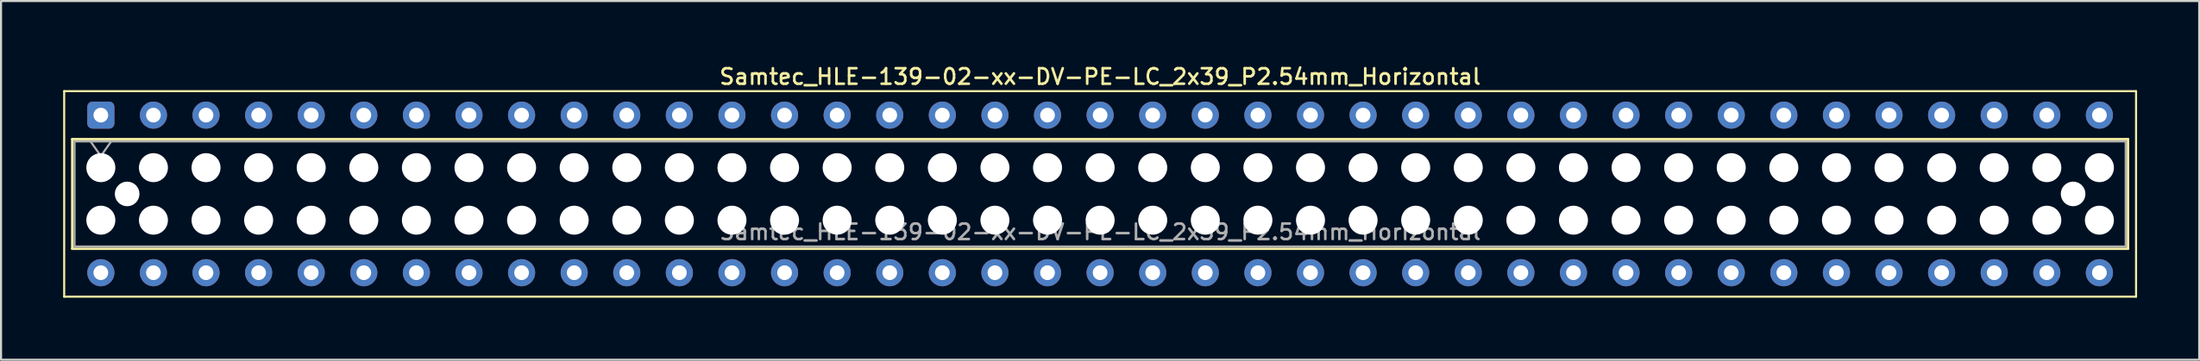
<source format=kicad_pcb>
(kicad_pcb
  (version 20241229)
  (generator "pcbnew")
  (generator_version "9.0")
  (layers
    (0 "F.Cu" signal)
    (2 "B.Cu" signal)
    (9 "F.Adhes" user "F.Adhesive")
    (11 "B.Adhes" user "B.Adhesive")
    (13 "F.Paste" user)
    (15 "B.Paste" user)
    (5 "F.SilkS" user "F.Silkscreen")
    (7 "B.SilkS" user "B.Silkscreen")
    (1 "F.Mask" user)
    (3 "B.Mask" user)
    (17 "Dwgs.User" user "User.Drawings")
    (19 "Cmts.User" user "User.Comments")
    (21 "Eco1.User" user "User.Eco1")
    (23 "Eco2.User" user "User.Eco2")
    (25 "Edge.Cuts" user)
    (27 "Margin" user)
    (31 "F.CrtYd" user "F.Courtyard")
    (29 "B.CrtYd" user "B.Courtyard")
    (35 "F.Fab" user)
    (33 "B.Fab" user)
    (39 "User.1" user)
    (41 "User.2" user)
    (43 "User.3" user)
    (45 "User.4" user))
  (footprint "Samtec_HLE-139-02-xx-DV-PE-LC_2x39_P2.54mm_Horizontal"
    (layer "F.Cu")
    (at 1.82 2.518)
    (property "Reference" "Samtec_HLE-139-02-xx-DV-PE-LC_2x39_P2.54mm_Horizontal" (at 48.26 -1.86 0) (layer "F.SilkS") (effects (font (size 0.75 0.75) (thickness 0.125))))
    (attr through_hole)
    (fp_line (start -1.77 -1.16) (end 98.29 -1.16) (stroke (width 0.1) (type solid)) (layer "F.SilkS"))
    (fp_line (start -1.77 8.78) (end -1.77 -1.16) (stroke (width 0.1) (type solid)) (layer "F.SilkS"))
    (fp_line (start -1.38 1.16) (end 97.9 1.16) (stroke (width 0.12) (type solid)) (layer "F.SilkS"))
    (fp_line (start -1.38 6.46) (end -1.38 1.16) (stroke (width 0.12) (type solid)) (layer "F.SilkS"))
    (fp_line (start 97.9 1.16) (end 97.9 6.46) (stroke (width 0.12) (type solid)) (layer "F.SilkS"))
    (fp_line (start 97.9 6.46) (end -1.38 6.46) (stroke (width 0.12) (type solid)) (layer "F.SilkS"))
    (fp_line (start 98.29 -1.16) (end 98.29 8.78) (stroke (width 0.1) (type solid)) (layer "F.SilkS"))
    (fp_line (start 98.29 8.78) (end -1.77 8.78) (stroke (width 0.1) (type solid)) (layer "F.SilkS"))
    (fp_line (start -1.27 1.27) (end 97.79 1.27) (stroke (width 0.1) (type solid)) (layer "F.Fab"))
    (fp_line (start -1.27 6.35) (end -1.27 1.27) (stroke (width 0.1) (type solid)) (layer "F.Fab"))
    (fp_line (start -0.5 1.27) (end 0 1.977) (stroke (width 0.1) (type solid)) (layer "F.Fab"))
    (fp_line (start 0 1.977) (end 0.5 1.27) (stroke (width 0.1) (type solid)) (layer "F.Fab"))
    (fp_line (start 97.79 1.27) (end 97.79 6.35) (stroke (width 0.1) (type solid)) (layer "F.Fab"))
    (fp_line (start 97.79 6.35) (end -1.27 6.35) (stroke (width 0.1) (type solid)) (layer "F.Fab"))
    (fp_text user "${REFERENCE}" (at 48.26 5.65 0) (layer "F.Fab") (effects (font (size 0.75 0.75) (thickness 0.125))))
    (pad "" np_thru_hole circle (at 0 2.54) (size 1.4 1.4) (drill 1.4) (layers "*.Cu" "*.Mask"))
    (pad "" np_thru_hole circle (at 0 5.08) (size 1.4 1.4) (drill 1.4) (layers "*.Cu" "*.Mask"))
    (pad "" np_thru_hole circle (at 1.27 3.81) (size 1.19 1.19) (drill 1.19) (layers "*.Cu" "*.Mask"))
    (pad "" np_thru_hole circle (at 2.54 2.54) (size 1.4 1.4) (drill 1.4) (layers "*.Cu" "*.Mask"))
    (pad "" np_thru_hole circle (at 2.54 5.08) (size 1.4 1.4) (drill 1.4) (layers "*.Cu" "*.Mask"))
    (pad "" np_thru_hole circle (at 5.08 2.54) (size 1.4 1.4) (drill 1.4) (layers "*.Cu" "*.Mask"))
    (pad "" np_thru_hole circle (at 5.08 5.08) (size 1.4 1.4) (drill 1.4) (layers "*.Cu" "*.Mask"))
    (pad "" np_thru_hole circle (at 7.62 2.54) (size 1.4 1.4) (drill 1.4) (layers "*.Cu" "*.Mask"))
    (pad "" np_thru_hole circle (at 7.62 5.08) (size 1.4 1.4) (drill 1.4) (layers "*.Cu" "*.Mask"))
    (pad "" np_thru_hole circle (at 10.16 2.54) (size 1.4 1.4) (drill 1.4) (layers "*.Cu" "*.Mask"))
    (pad "" np_thru_hole circle (at 10.16 5.08) (size 1.4 1.4) (drill 1.4) (layers "*.Cu" "*.Mask"))
    (pad "" np_thru_hole circle (at 12.7 2.54) (size 1.4 1.4) (drill 1.4) (layers "*.Cu" "*.Mask"))
    (pad "" np_thru_hole circle (at 12.7 5.08) (size 1.4 1.4) (drill 1.4) (layers "*.Cu" "*.Mask"))
    (pad "" np_thru_hole circle (at 15.24 2.54) (size 1.4 1.4) (drill 1.4) (layers "*.Cu" "*.Mask"))
    (pad "" np_thru_hole circle (at 15.24 5.08) (size 1.4 1.4) (drill 1.4) (layers "*.Cu" "*.Mask"))
    (pad "" np_thru_hole circle (at 17.78 2.54) (size 1.4 1.4) (drill 1.4) (layers "*.Cu" "*.Mask"))
    (pad "" np_thru_hole circle (at 17.78 5.08) (size 1.4 1.4) (drill 1.4) (layers "*.Cu" "*.Mask"))
    (pad "" np_thru_hole circle (at 20.32 2.54) (size 1.4 1.4) (drill 1.4) (layers "*.Cu" "*.Mask"))
    (pad "" np_thru_hole circle (at 20.32 5.08) (size 1.4 1.4) (drill 1.4) (layers "*.Cu" "*.Mask"))
    (pad "" np_thru_hole circle (at 22.86 2.54) (size 1.4 1.4) (drill 1.4) (layers "*.Cu" "*.Mask"))
    (pad "" np_thru_hole circle (at 22.86 5.08) (size 1.4 1.4) (drill 1.4) (layers "*.Cu" "*.Mask"))
    (pad "" np_thru_hole circle (at 25.4 2.54) (size 1.4 1.4) (drill 1.4) (layers "*.Cu" "*.Mask"))
    (pad "" np_thru_hole circle (at 25.4 5.08) (size 1.4 1.4) (drill 1.4) (layers "*.Cu" "*.Mask"))
    (pad "" np_thru_hole circle (at 27.94 2.54) (size 1.4 1.4) (drill 1.4) (layers "*.Cu" "*.Mask"))
    (pad "" np_thru_hole circle (at 27.94 5.08) (size 1.4 1.4) (drill 1.4) (layers "*.Cu" "*.Mask"))
    (pad "" np_thru_hole circle (at 30.48 2.54) (size 1.4 1.4) (drill 1.4) (layers "*.Cu" "*.Mask"))
    (pad "" np_thru_hole circle (at 30.48 5.08) (size 1.4 1.4) (drill 1.4) (layers "*.Cu" "*.Mask"))
    (pad "" np_thru_hole circle (at 33.02 2.54) (size 1.4 1.4) (drill 1.4) (layers "*.Cu" "*.Mask"))
    (pad "" np_thru_hole circle (at 33.02 5.08) (size 1.4 1.4) (drill 1.4) (layers "*.Cu" "*.Mask"))
    (pad "" np_thru_hole circle (at 35.56 2.54) (size 1.4 1.4) (drill 1.4) (layers "*.Cu" "*.Mask"))
    (pad "" np_thru_hole circle (at 35.56 5.08) (size 1.4 1.4) (drill 1.4) (layers "*.Cu" "*.Mask"))
    (pad "" np_thru_hole circle (at 38.1 2.54) (size 1.4 1.4) (drill 1.4) (layers "*.Cu" "*.Mask"))
    (pad "" np_thru_hole circle (at 38.1 5.08) (size 1.4 1.4) (drill 1.4) (layers "*.Cu" "*.Mask"))
    (pad "" np_thru_hole circle (at 40.64 2.54) (size 1.4 1.4) (drill 1.4) (layers "*.Cu" "*.Mask"))
    (pad "" np_thru_hole circle (at 40.64 5.08) (size 1.4 1.4) (drill 1.4) (layers "*.Cu" "*.Mask"))
    (pad "" np_thru_hole circle (at 43.18 2.54) (size 1.4 1.4) (drill 1.4) (layers "*.Cu" "*.Mask"))
    (pad "" np_thru_hole circle (at 43.18 5.08) (size 1.4 1.4) (drill 1.4) (layers "*.Cu" "*.Mask"))
    (pad "" np_thru_hole circle (at 45.72 2.54) (size 1.4 1.4) (drill 1.4) (layers "*.Cu" "*.Mask"))
    (pad "" np_thru_hole circle (at 45.72 5.08) (size 1.4 1.4) (drill 1.4) (layers "*.Cu" "*.Mask"))
    (pad "" np_thru_hole circle (at 48.26 2.54) (size 1.4 1.4) (drill 1.4) (layers "*.Cu" "*.Mask"))
    (pad "" np_thru_hole circle (at 48.26 5.08) (size 1.4 1.4) (drill 1.4) (layers "*.Cu" "*.Mask"))
    (pad "" np_thru_hole circle (at 50.8 2.54) (size 1.4 1.4) (drill 1.4) (layers "*.Cu" "*.Mask"))
    (pad "" np_thru_hole circle (at 50.8 5.08) (size 1.4 1.4) (drill 1.4) (layers "*.Cu" "*.Mask"))
    (pad "" np_thru_hole circle (at 53.34 2.54) (size 1.4 1.4) (drill 1.4) (layers "*.Cu" "*.Mask"))
    (pad "" np_thru_hole circle (at 53.34 5.08) (size 1.4 1.4) (drill 1.4) (layers "*.Cu" "*.Mask"))
    (pad "" np_thru_hole circle (at 55.88 2.54) (size 1.4 1.4) (drill 1.4) (layers "*.Cu" "*.Mask"))
    (pad "" np_thru_hole circle (at 55.88 5.08) (size 1.4 1.4) (drill 1.4) (layers "*.Cu" "*.Mask"))
    (pad "" np_thru_hole circle (at 58.42 2.54) (size 1.4 1.4) (drill 1.4) (layers "*.Cu" "*.Mask"))
    (pad "" np_thru_hole circle (at 58.42 5.08) (size 1.4 1.4) (drill 1.4) (layers "*.Cu" "*.Mask"))
    (pad "" np_thru_hole circle (at 60.96 2.54) (size 1.4 1.4) (drill 1.4) (layers "*.Cu" "*.Mask"))
    (pad "" np_thru_hole circle (at 60.96 5.08) (size 1.4 1.4) (drill 1.4) (layers "*.Cu" "*.Mask"))
    (pad "" np_thru_hole circle (at 63.5 2.54) (size 1.4 1.4) (drill 1.4) (layers "*.Cu" "*.Mask"))
    (pad "" np_thru_hole circle (at 63.5 5.08) (size 1.4 1.4) (drill 1.4) (layers "*.Cu" "*.Mask"))
    (pad "" np_thru_hole circle (at 66.04 2.54) (size 1.4 1.4) (drill 1.4) (layers "*.Cu" "*.Mask"))
    (pad "" np_thru_hole circle (at 66.04 5.08) (size 1.4 1.4) (drill 1.4) (layers "*.Cu" "*.Mask"))
    (pad "" np_thru_hole circle (at 68.58 2.54) (size 1.4 1.4) (drill 1.4) (layers "*.Cu" "*.Mask"))
    (pad "" np_thru_hole circle (at 68.58 5.08) (size 1.4 1.4) (drill 1.4) (layers "*.Cu" "*.Mask"))
    (pad "" np_thru_hole circle (at 71.12 2.54) (size 1.4 1.4) (drill 1.4) (layers "*.Cu" "*.Mask"))
    (pad "" np_thru_hole circle (at 71.12 5.08) (size 1.4 1.4) (drill 1.4) (layers "*.Cu" "*.Mask"))
    (pad "" np_thru_hole circle (at 73.66 2.54) (size 1.4 1.4) (drill 1.4) (layers "*.Cu" "*.Mask"))
    (pad "" np_thru_hole circle (at 73.66 5.08) (size 1.4 1.4) (drill 1.4) (layers "*.Cu" "*.Mask"))
    (pad "" np_thru_hole circle (at 76.2 2.54) (size 1.4 1.4) (drill 1.4) (layers "*.Cu" "*.Mask"))
    (pad "" np_thru_hole circle (at 76.2 5.08) (size 1.4 1.4) (drill 1.4) (layers "*.Cu" "*.Mask"))
    (pad "" np_thru_hole circle (at 78.74 2.54) (size 1.4 1.4) (drill 1.4) (layers "*.Cu" "*.Mask"))
    (pad "" np_thru_hole circle (at 78.74 5.08) (size 1.4 1.4) (drill 1.4) (layers "*.Cu" "*.Mask"))
    (pad "" np_thru_hole circle (at 81.28 2.54) (size 1.4 1.4) (drill 1.4) (layers "*.Cu" "*.Mask"))
    (pad "" np_thru_hole circle (at 81.28 5.08) (size 1.4 1.4) (drill 1.4) (layers "*.Cu" "*.Mask"))
    (pad "" np_thru_hole circle (at 83.82 2.54) (size 1.4 1.4) (drill 1.4) (layers "*.Cu" "*.Mask"))
    (pad "" np_thru_hole circle (at 83.82 5.08) (size 1.4 1.4) (drill 1.4) (layers "*.Cu" "*.Mask"))
    (pad "" np_thru_hole circle (at 86.36 2.54) (size 1.4 1.4) (drill 1.4) (layers "*.Cu" "*.Mask"))
    (pad "" np_thru_hole circle (at 86.36 5.08) (size 1.4 1.4) (drill 1.4) (layers "*.Cu" "*.Mask"))
    (pad "" np_thru_hole circle (at 88.9 2.54) (size 1.4 1.4) (drill 1.4) (layers "*.Cu" "*.Mask"))
    (pad "" np_thru_hole circle (at 88.9 5.08) (size 1.4 1.4) (drill 1.4) (layers "*.Cu" "*.Mask"))
    (pad "" np_thru_hole circle (at 91.44 2.54) (size 1.4 1.4) (drill 1.4) (layers "*.Cu" "*.Mask"))
    (pad "" np_thru_hole circle (at 91.44 5.08) (size 1.4 1.4) (drill 1.4) (layers "*.Cu" "*.Mask"))
    (pad "" np_thru_hole circle (at 93.98 2.54) (size 1.4 1.4) (drill 1.4) (layers "*.Cu" "*.Mask"))
    (pad "" np_thru_hole circle (at 93.98 5.08) (size 1.4 1.4) (drill 1.4) (layers "*.Cu" "*.Mask"))
    (pad "" np_thru_hole circle (at 95.25 3.81) (size 1.19 1.19) (drill 1.19) (layers "*.Cu" "*.Mask"))
    (pad "" np_thru_hole circle (at 96.52 2.54) (size 1.4 1.4) (drill 1.4) (layers "*.Cu" "*.Mask"))
    (pad "" np_thru_hole circle (at 96.52 5.08) (size 1.4 1.4) (drill 1.4) (layers "*.Cu" "*.Mask"))
    (pad "1" thru_hole roundrect (at 0 0) (size 1.31 1.31) (drill 0.71) (layers "*.Cu" "*.Mask") (roundrect_rratio 0.191))
    (pad "2" thru_hole circle (at 0 7.62) (size 1.31 1.31) (drill 0.71) (layers "*.Cu" "*.Mask"))
    (pad "3" thru_hole circle (at 2.54 0) (size 1.31 1.31) (drill 0.71) (layers "*.Cu" "*.Mask"))
    (pad "4" thru_hole circle (at 2.54 7.62) (size 1.31 1.31) (drill 0.71) (layers "*.Cu" "*.Mask"))
    (pad "5" thru_hole circle (at 5.08 0) (size 1.31 1.31) (drill 0.71) (layers "*.Cu" "*.Mask"))
    (pad "6" thru_hole circle (at 5.08 7.62) (size 1.31 1.31) (drill 0.71) (layers "*.Cu" "*.Mask"))
    (pad "7" thru_hole circle (at 7.62 0) (size 1.31 1.31) (drill 0.71) (layers "*.Cu" "*.Mask"))
    (pad "8" thru_hole circle (at 7.62 7.62) (size 1.31 1.31) (drill 0.71) (layers "*.Cu" "*.Mask"))
    (pad "9" thru_hole circle (at 10.16 0) (size 1.31 1.31) (drill 0.71) (layers "*.Cu" "*.Mask"))
    (pad "10" thru_hole circle (at 10.16 7.62) (size 1.31 1.31) (drill 0.71) (layers "*.Cu" "*.Mask"))
    (pad "11" thru_hole circle (at 12.7 0) (size 1.31 1.31) (drill 0.71) (layers "*.Cu" "*.Mask"))
    (pad "12" thru_hole circle (at 12.7 7.62) (size 1.31 1.31) (drill 0.71) (layers "*.Cu" "*.Mask"))
    (pad "13" thru_hole circle (at 15.24 0) (size 1.31 1.31) (drill 0.71) (layers "*.Cu" "*.Mask"))
    (pad "14" thru_hole circle (at 15.24 7.62) (size 1.31 1.31) (drill 0.71) (layers "*.Cu" "*.Mask"))
    (pad "15" thru_hole circle (at 17.78 0) (size 1.31 1.31) (drill 0.71) (layers "*.Cu" "*.Mask"))
    (pad "16" thru_hole circle (at 17.78 7.62) (size 1.31 1.31) (drill 0.71) (layers "*.Cu" "*.Mask"))
    (pad "17" thru_hole circle (at 20.32 0) (size 1.31 1.31) (drill 0.71) (layers "*.Cu" "*.Mask"))
    (pad "18" thru_hole circle (at 20.32 7.62) (size 1.31 1.31) (drill 0.71) (layers "*.Cu" "*.Mask"))
    (pad "19" thru_hole circle (at 22.86 0) (size 1.31 1.31) (drill 0.71) (layers "*.Cu" "*.Mask"))
    (pad "20" thru_hole circle (at 22.86 7.62) (size 1.31 1.31) (drill 0.71) (layers "*.Cu" "*.Mask"))
    (pad "21" thru_hole circle (at 25.4 0) (size 1.31 1.31) (drill 0.71) (layers "*.Cu" "*.Mask"))
    (pad "22" thru_hole circle (at 25.4 7.62) (size 1.31 1.31) (drill 0.71) (layers "*.Cu" "*.Mask"))
    (pad "23" thru_hole circle (at 27.94 0) (size 1.31 1.31) (drill 0.71) (layers "*.Cu" "*.Mask"))
    (pad "24" thru_hole circle (at 27.94 7.62) (size 1.31 1.31) (drill 0.71) (layers "*.Cu" "*.Mask"))
    (pad "25" thru_hole circle (at 30.48 0) (size 1.31 1.31) (drill 0.71) (layers "*.Cu" "*.Mask"))
    (pad "26" thru_hole circle (at 30.48 7.62) (size 1.31 1.31) (drill 0.71) (layers "*.Cu" "*.Mask"))
    (pad "27" thru_hole circle (at 33.02 0) (size 1.31 1.31) (drill 0.71) (layers "*.Cu" "*.Mask"))
    (pad "28" thru_hole circle (at 33.02 7.62) (size 1.31 1.31) (drill 0.71) (layers "*.Cu" "*.Mask"))
    (pad "29" thru_hole circle (at 35.56 0) (size 1.31 1.31) (drill 0.71) (layers "*.Cu" "*.Mask"))
    (pad "30" thru_hole circle (at 35.56 7.62) (size 1.31 1.31) (drill 0.71) (layers "*.Cu" "*.Mask"))
    (pad "31" thru_hole circle (at 38.1 0) (size 1.31 1.31) (drill 0.71) (layers "*.Cu" "*.Mask"))
    (pad "32" thru_hole circle (at 38.1 7.62) (size 1.31 1.31) (drill 0.71) (layers "*.Cu" "*.Mask"))
    (pad "33" thru_hole circle (at 40.64 0) (size 1.31 1.31) (drill 0.71) (layers "*.Cu" "*.Mask"))
    (pad "34" thru_hole circle (at 40.64 7.62) (size 1.31 1.31) (drill 0.71) (layers "*.Cu" "*.Mask"))
    (pad "35" thru_hole circle (at 43.18 0) (size 1.31 1.31) (drill 0.71) (layers "*.Cu" "*.Mask"))
    (pad "36" thru_hole circle (at 43.18 7.62) (size 1.31 1.31) (drill 0.71) (layers "*.Cu" "*.Mask"))
    (pad "37" thru_hole circle (at 45.72 0) (size 1.31 1.31) (drill 0.71) (layers "*.Cu" "*.Mask"))
    (pad "38" thru_hole circle (at 45.72 7.62) (size 1.31 1.31) (drill 0.71) (layers "*.Cu" "*.Mask"))
    (pad "39" thru_hole circle (at 48.26 0) (size 1.31 1.31) (drill 0.71) (layers "*.Cu" "*.Mask"))
    (pad "40" thru_hole circle (at 48.26 7.62) (size 1.31 1.31) (drill 0.71) (layers "*.Cu" "*.Mask"))
    (pad "41" thru_hole circle (at 50.8 0) (size 1.31 1.31) (drill 0.71) (layers "*.Cu" "*.Mask"))
    (pad "42" thru_hole circle (at 50.8 7.62) (size 1.31 1.31) (drill 0.71) (layers "*.Cu" "*.Mask"))
    (pad "43" thru_hole circle (at 53.34 0) (size 1.31 1.31) (drill 0.71) (layers "*.Cu" "*.Mask"))
    (pad "44" thru_hole circle (at 53.34 7.62) (size 1.31 1.31) (drill 0.71) (layers "*.Cu" "*.Mask"))
    (pad "45" thru_hole circle (at 55.88 0) (size 1.31 1.31) (drill 0.71) (layers "*.Cu" "*.Mask"))
    (pad "46" thru_hole circle (at 55.88 7.62) (size 1.31 1.31) (drill 0.71) (layers "*.Cu" "*.Mask"))
    (pad "47" thru_hole circle (at 58.42 0) (size 1.31 1.31) (drill 0.71) (layers "*.Cu" "*.Mask"))
    (pad "48" thru_hole circle (at 58.42 7.62) (size 1.31 1.31) (drill 0.71) (layers "*.Cu" "*.Mask"))
    (pad "49" thru_hole circle (at 60.96 0) (size 1.31 1.31) (drill 0.71) (layers "*.Cu" "*.Mask"))
    (pad "50" thru_hole circle (at 60.96 7.62) (size 1.31 1.31) (drill 0.71) (layers "*.Cu" "*.Mask"))
    (pad "51" thru_hole circle (at 63.5 0) (size 1.31 1.31) (drill 0.71) (layers "*.Cu" "*.Mask"))
    (pad "52" thru_hole circle (at 63.5 7.62) (size 1.31 1.31) (drill 0.71) (layers "*.Cu" "*.Mask"))
    (pad "53" thru_hole circle (at 66.04 0) (size 1.31 1.31) (drill 0.71) (layers "*.Cu" "*.Mask"))
    (pad "54" thru_hole circle (at 66.04 7.62) (size 1.31 1.31) (drill 0.71) (layers "*.Cu" "*.Mask"))
    (pad "55" thru_hole circle (at 68.58 0) (size 1.31 1.31) (drill 0.71) (layers "*.Cu" "*.Mask"))
    (pad "56" thru_hole circle (at 68.58 7.62) (size 1.31 1.31) (drill 0.71) (layers "*.Cu" "*.Mask"))
    (pad "57" thru_hole circle (at 71.12 0) (size 1.31 1.31) (drill 0.71) (layers "*.Cu" "*.Mask"))
    (pad "58" thru_hole circle (at 71.12 7.62) (size 1.31 1.31) (drill 0.71) (layers "*.Cu" "*.Mask"))
    (pad "59" thru_hole circle (at 73.66 0) (size 1.31 1.31) (drill 0.71) (layers "*.Cu" "*.Mask"))
    (pad "60" thru_hole circle (at 73.66 7.62) (size 1.31 1.31) (drill 0.71) (layers "*.Cu" "*.Mask"))
    (pad "61" thru_hole circle (at 76.2 0) (size 1.31 1.31) (drill 0.71) (layers "*.Cu" "*.Mask"))
    (pad "62" thru_hole circle (at 76.2 7.62) (size 1.31 1.31) (drill 0.71) (layers "*.Cu" "*.Mask"))
    (pad "63" thru_hole circle (at 78.74 0) (size 1.31 1.31) (drill 0.71) (layers "*.Cu" "*.Mask"))
    (pad "64" thru_hole circle (at 78.74 7.62) (size 1.31 1.31) (drill 0.71) (layers "*.Cu" "*.Mask"))
    (pad "65" thru_hole circle (at 81.28 0) (size 1.31 1.31) (drill 0.71) (layers "*.Cu" "*.Mask"))
    (pad "66" thru_hole circle (at 81.28 7.62) (size 1.31 1.31) (drill 0.71) (layers "*.Cu" "*.Mask"))
    (pad "67" thru_hole circle (at 83.82 0) (size 1.31 1.31) (drill 0.71) (layers "*.Cu" "*.Mask"))
    (pad "68" thru_hole circle (at 83.82 7.62) (size 1.31 1.31) (drill 0.71) (layers "*.Cu" "*.Mask"))
    (pad "69" thru_hole circle (at 86.36 0) (size 1.31 1.31) (drill 0.71) (layers "*.Cu" "*.Mask"))
    (pad "70" thru_hole circle (at 86.36 7.62) (size 1.31 1.31) (drill 0.71) (layers "*.Cu" "*.Mask"))
    (pad "71" thru_hole circle (at 88.9 0) (size 1.31 1.31) (drill 0.71) (layers "*.Cu" "*.Mask"))
    (pad "72" thru_hole circle (at 88.9 7.62) (size 1.31 1.31) (drill 0.71) (layers "*.Cu" "*.Mask"))
    (pad "73" thru_hole circle (at 91.44 0) (size 1.31 1.31) (drill 0.71) (layers "*.Cu" "*.Mask"))
    (pad "74" thru_hole circle (at 91.44 7.62) (size 1.31 1.31) (drill 0.71) (layers "*.Cu" "*.Mask"))
    (pad "75" thru_hole circle (at 93.98 0) (size 1.31 1.31) (drill 0.71) (layers "*.Cu" "*.Mask"))
    (pad "76" thru_hole circle (at 93.98 7.62) (size 1.31 1.31) (drill 0.71) (layers "*.Cu" "*.Mask"))
    (pad "77" thru_hole circle (at 96.52 0) (size 1.31 1.31) (drill 0.71) (layers "*.Cu" "*.Mask"))
    (pad "78" thru_hole circle (at 96.52 7.62) (size 1.31 1.31) (drill 0.71) (layers "*.Cu" "*.Mask")))
  (gr_rect
    (start -3 -3)
    (end 103.16 14.348)
    (stroke (width 0.1) (type default))
    (fill no)
    (layer "Edge.Cuts")))
</source>
